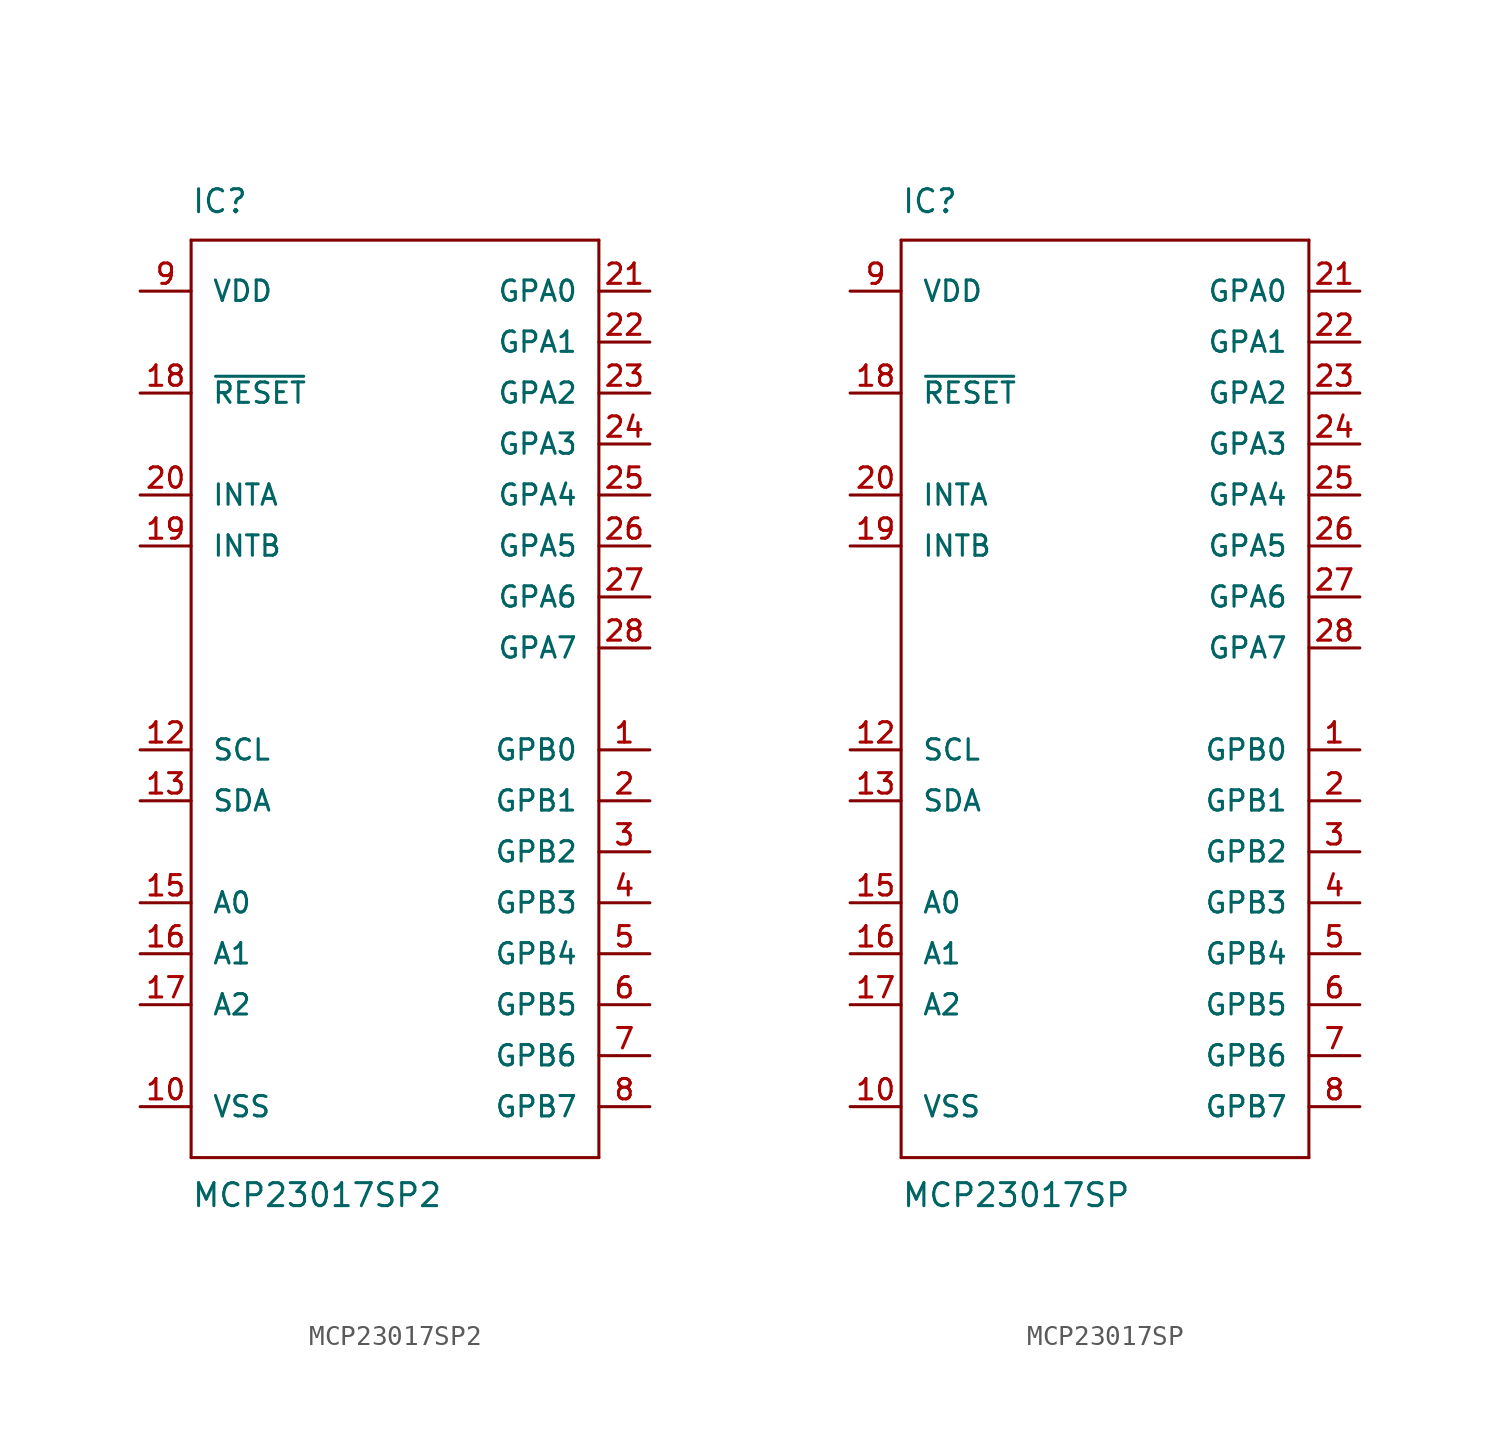
<source format=kicad_sym>
(kicad_symbol_lib
  (version 20241209)
  (generator "kicad_symbol_editor")
  (generator_version "9.0")
  (symbol "MCP23017SP2"
    (pin_names
      (offset 1.016))
    (property "Reference" "IC"
      (at -10.16 24.13 0)
      (effects (font (size 1.143 1.143)) (justify left bottom)))
    (property "Value" "MCP23017SP2"
      (at -10.16 -25.4 0)
      (effects (font (size 1.143 1.143)) (justify left bottom)))
    (property "ki_locked" ""
      (at 0 0 0)
      (effects (font (size 1.27 1.27))))
    (symbol "MCP23017SP2_1_0"
      (polyline (pts (xy -10.16 22.86) (xy 10.16 22.86)) (stroke (width 0) (type solid)) (fill (type none)))
      (polyline (pts (xy -10.16 -22.86) (xy -10.16 22.86)) (stroke (width 0) (type solid)) (fill (type none)))
      (polyline (pts (xy 10.16 22.86) (xy 10.16 -22.86)) (stroke (width 0) (type solid)) (fill (type none)))
      (polyline (pts (xy 10.16 -22.86) (xy -10.16 -22.86)) (stroke (width 0) (type solid)) (fill (type none))))
    (symbol "MCP23017SP2_1_1"
      (pin power_in line (at -12.7 20.32 0) (length 2.54) (name "VDD" (effects (font (size 1.016 1.016)))) (number "9" (effects (font (size 1.016 1.016)))))
      (pin input line (at -12.7 15.24 0) (length 2.54) (name "~{RESET}" (effects (font (size 1.016 1.016)))) (number "18" (effects (font (size 1.016 1.016)))))
      (pin output line (at -12.7 10.16 0) (length 2.54) (name "INTA" (effects (font (size 1.016 1.016)))) (number "20" (effects (font (size 1.016 1.016)))))
      (pin output line (at -12.7 7.62 0) (length 2.54) (name "INTB" (effects (font (size 1.016 1.016)))) (number "19" (effects (font (size 1.016 1.016)))))
      (pin input line (at -12.7 -2.54 0) (length 2.54) (name "SCL" (effects (font (size 1.016 1.016)))) (number "12" (effects (font (size 1.016 1.016)))))
      (pin bidirectional line (at -12.7 -5.08 0) (length 2.54) (name "SDA" (effects (font (size 1.016 1.016)))) (number "13" (effects (font (size 1.016 1.016)))))
      (pin input line (at -12.7 -10.16 0) (length 2.54) (name "A0" (effects (font (size 1.016 1.016)))) (number "15" (effects (font (size 1.016 1.016)))))
      (pin input line (at -12.7 -12.7 0) (length 2.54) (name "A1" (effects (font (size 1.016 1.016)))) (number "16" (effects (font (size 1.016 1.016)))))
      (pin input line (at -12.7 -15.24 0) (length 2.54) (name "A2" (effects (font (size 1.016 1.016)))) (number "17" (effects (font (size 1.016 1.016)))))
      (pin power_in line (at -12.7 -20.32 0) (length 2.54) (name "VSS" (effects (font (size 1.016 1.016)))) (number "10" (effects (font (size 1.016 1.016)))))
      (pin bidirectional line (at 12.7 20.32 180) (length 2.54) (name "GPA0" (effects (font (size 1.016 1.016)))) (number "21" (effects (font (size 1.016 1.016)))))
      (pin bidirectional line (at 12.7 17.78 180) (length 2.54) (name "GPA1" (effects (font (size 1.016 1.016)))) (number "22" (effects (font (size 1.016 1.016)))))
      (pin bidirectional line (at 12.7 15.24 180) (length 2.54) (name "GPA2" (effects (font (size 1.016 1.016)))) (number "23" (effects (font (size 1.016 1.016)))))
      (pin bidirectional line (at 12.7 12.7 180) (length 2.54) (name "GPA3" (effects (font (size 1.016 1.016)))) (number "24" (effects (font (size 1.016 1.016)))))
      (pin bidirectional line (at 12.7 10.16 180) (length 2.54) (name "GPA4" (effects (font (size 1.016 1.016)))) (number "25" (effects (font (size 1.016 1.016)))))
      (pin bidirectional line (at 12.7 7.62 180) (length 2.54) (name "GPA5" (effects (font (size 1.016 1.016)))) (number "26" (effects (font (size 1.016 1.016)))))
      (pin bidirectional line (at 12.7 5.08 180) (length 2.54) (name "GPA6" (effects (font (size 1.016 1.016)))) (number "27" (effects (font (size 1.016 1.016)))))
      (pin bidirectional line (at 12.7 2.54 180) (length 2.54) (name "GPA7" (effects (font (size 1.016 1.016)))) (number "28" (effects (font (size 1.016 1.016)))))
      (pin bidirectional line (at 12.7 -2.54 180) (length 2.54) (name "GPB0" (effects (font (size 1.016 1.016)))) (number "1" (effects (font (size 1.016 1.016)))))
      (pin bidirectional line (at 12.7 -5.08 180) (length 2.54) (name "GPB1" (effects (font (size 1.016 1.016)))) (number "2" (effects (font (size 1.016 1.016)))))
      (pin bidirectional line (at 12.7 -7.62 180) (length 2.54) (name "GPB2" (effects (font (size 1.016 1.016)))) (number "3" (effects (font (size 1.016 1.016)))))
      (pin bidirectional line (at 12.7 -10.16 180) (length 2.54) (name "GPB3" (effects (font (size 1.016 1.016)))) (number "4" (effects (font (size 1.016 1.016)))))
      (pin bidirectional line (at 12.7 -12.7 180) (length 2.54) (name "GPB4" (effects (font (size 1.016 1.016)))) (number "5" (effects (font (size 1.016 1.016)))))
      (pin bidirectional line (at 12.7 -15.24 180) (length 2.54) (name "GPB5" (effects (font (size 1.016 1.016)))) (number "6" (effects (font (size 1.016 1.016)))))
      (pin bidirectional line (at 12.7 -17.78 180) (length 2.54) (name "GPB6" (effects (font (size 1.016 1.016)))) (number "7" (effects (font (size 1.016 1.016)))))
      (pin bidirectional line (at 12.7 -20.32 180) (length 2.54) (name "GPB7" (effects (font (size 1.016 1.016)))) (number "8" (effects (font (size 1.016 1.016)))))))
  (symbol "MCP23017SP"
    (pin_names
      (offset 1.016))
    (property "Reference" "IC"
      (at -10.16 24.13 0)
      (effects (font (size 1.143 1.143)) (justify left bottom)))
    (property "Value" "MCP23017SP"
      (at -10.16 -25.4 0)
      (effects (font (size 1.143 1.143)) (justify left bottom)))
    (property "ki_locked" ""
      (at 0 0 0)
      (effects (font (size 1.27 1.27))))
    (symbol "MCP23017SP_1_0"
      (polyline (pts (xy -10.16 22.86) (xy 10.16 22.86)) (stroke (width 0) (type solid)) (fill (type none)))
      (polyline (pts (xy -10.16 -22.86) (xy -10.16 22.86)) (stroke (width 0) (type solid)) (fill (type none)))
      (polyline (pts (xy 10.16 22.86) (xy 10.16 -22.86)) (stroke (width 0) (type solid)) (fill (type none)))
      (polyline (pts (xy 10.16 -22.86) (xy -10.16 -22.86)) (stroke (width 0) (type solid)) (fill (type none))))
    (symbol "MCP23017SP_1_1"
      (pin power_in line (at -12.7 20.32 0) (length 2.54) (name "VDD" (effects (font (size 1.016 1.016)))) (number "9" (effects (font (size 1.016 1.016)))))
      (pin input line (at -12.7 15.24 0) (length 2.54) (name "~{RESET}" (effects (font (size 1.016 1.016)))) (number "18" (effects (font (size 1.016 1.016)))))
      (pin output line (at -12.7 10.16 0) (length 2.54) (name "INTA" (effects (font (size 1.016 1.016)))) (number "20" (effects (font (size 1.016 1.016)))))
      (pin output line (at -12.7 7.62 0) (length 2.54) (name "INTB" (effects (font (size 1.016 1.016)))) (number "19" (effects (font (size 1.016 1.016)))))
      (pin input line (at -12.7 -2.54 0) (length 2.54) (name "SCL" (effects (font (size 1.016 1.016)))) (number "12" (effects (font (size 1.016 1.016)))))
      (pin bidirectional line (at -12.7 -5.08 0) (length 2.54) (name "SDA" (effects (font (size 1.016 1.016)))) (number "13" (effects (font (size 1.016 1.016)))))
      (pin input line (at -12.7 -10.16 0) (length 2.54) (name "A0" (effects (font (size 1.016 1.016)))) (number "15" (effects (font (size 1.016 1.016)))))
      (pin input line (at -12.7 -12.7 0) (length 2.54) (name "A1" (effects (font (size 1.016 1.016)))) (number "16" (effects (font (size 1.016 1.016)))))
      (pin input line (at -12.7 -15.24 0) (length 2.54) (name "A2" (effects (font (size 1.016 1.016)))) (number "17" (effects (font (size 1.016 1.016)))))
      (pin power_in line (at -12.7 -20.32 0) (length 2.54) (name "VSS" (effects (font (size 1.016 1.016)))) (number "10" (effects (font (size 1.016 1.016)))))
      (pin bidirectional line (at 12.7 20.32 180) (length 2.54) (name "GPA0" (effects (font (size 1.016 1.016)))) (number "21" (effects (font (size 1.016 1.016)))))
      (pin bidirectional line (at 12.7 17.78 180) (length 2.54) (name "GPA1" (effects (font (size 1.016 1.016)))) (number "22" (effects (font (size 1.016 1.016)))))
      (pin bidirectional line (at 12.7 15.24 180) (length 2.54) (name "GPA2" (effects (font (size 1.016 1.016)))) (number "23" (effects (font (size 1.016 1.016)))))
      (pin bidirectional line (at 12.7 12.7 180) (length 2.54) (name "GPA3" (effects (font (size 1.016 1.016)))) (number "24" (effects (font (size 1.016 1.016)))))
      (pin bidirectional line (at 12.7 10.16 180) (length 2.54) (name "GPA4" (effects (font (size 1.016 1.016)))) (number "25" (effects (font (size 1.016 1.016)))))
      (pin bidirectional line (at 12.7 7.62 180) (length 2.54) (name "GPA5" (effects (font (size 1.016 1.016)))) (number "26" (effects (font (size 1.016 1.016)))))
      (pin bidirectional line (at 12.7 5.08 180) (length 2.54) (name "GPA6" (effects (font (size 1.016 1.016)))) (number "27" (effects (font (size 1.016 1.016)))))
      (pin bidirectional line (at 12.7 2.54 180) (length 2.54) (name "GPA7" (effects (font (size 1.016 1.016)))) (number "28" (effects (font (size 1.016 1.016)))))
      (pin bidirectional line (at 12.7 -2.54 180) (length 2.54) (name "GPB0" (effects (font (size 1.016 1.016)))) (number "1" (effects (font (size 1.016 1.016)))))
      (pin bidirectional line (at 12.7 -5.08 180) (length 2.54) (name "GPB1" (effects (font (size 1.016 1.016)))) (number "2" (effects (font (size 1.016 1.016)))))
      (pin bidirectional line (at 12.7 -7.62 180) (length 2.54) (name "GPB2" (effects (font (size 1.016 1.016)))) (number "3" (effects (font (size 1.016 1.016)))))
      (pin bidirectional line (at 12.7 -10.16 180) (length 2.54) (name "GPB3" (effects (font (size 1.016 1.016)))) (number "4" (effects (font (size 1.016 1.016)))))
      (pin bidirectional line (at 12.7 -12.7 180) (length 2.54) (name "GPB4" (effects (font (size 1.016 1.016)))) (number "5" (effects (font (size 1.016 1.016)))))
      (pin bidirectional line (at 12.7 -15.24 180) (length 2.54) (name "GPB5" (effects (font (size 1.016 1.016)))) (number "6" (effects (font (size 1.016 1.016)))))
      (pin bidirectional line (at 12.7 -17.78 180) (length 2.54) (name "GPB6" (effects (font (size 1.016 1.016)))) (number "7" (effects (font (size 1.016 1.016)))))
      (pin bidirectional line (at 12.7 -20.32 180) (length 2.54) (name "GPB7" (effects (font (size 1.016 1.016)))) (number "8" (effects (font (size 1.016 1.016))))))))
</source>
